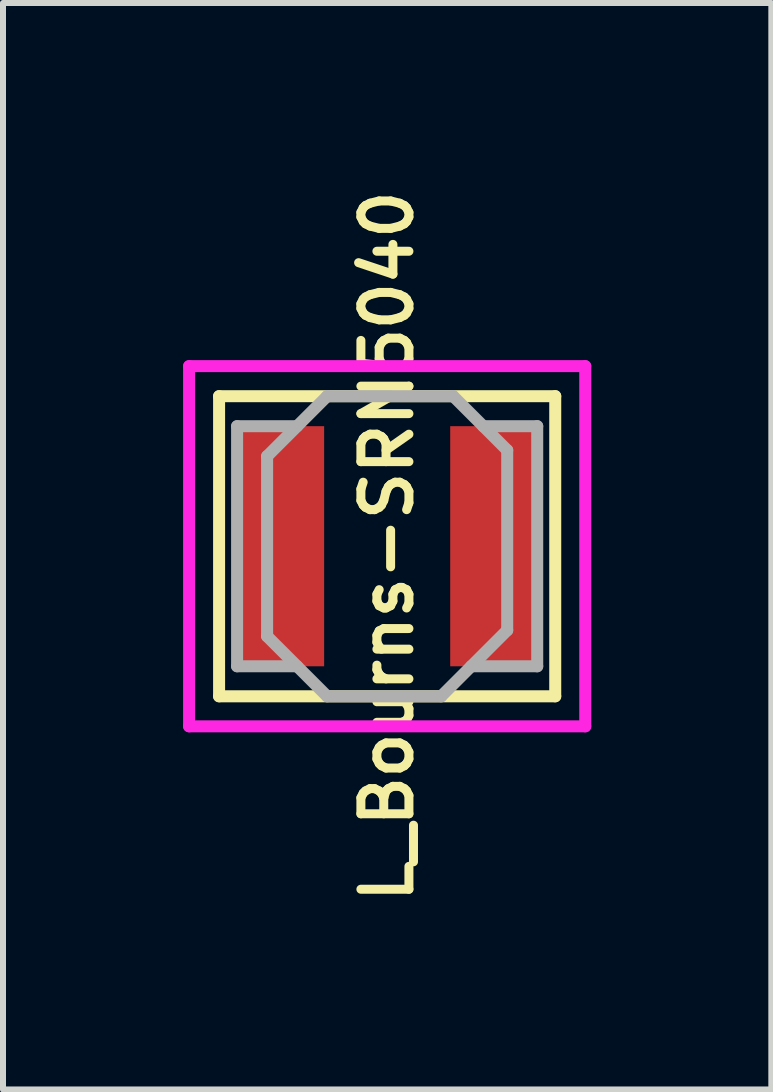
<source format=kicad_pcb>
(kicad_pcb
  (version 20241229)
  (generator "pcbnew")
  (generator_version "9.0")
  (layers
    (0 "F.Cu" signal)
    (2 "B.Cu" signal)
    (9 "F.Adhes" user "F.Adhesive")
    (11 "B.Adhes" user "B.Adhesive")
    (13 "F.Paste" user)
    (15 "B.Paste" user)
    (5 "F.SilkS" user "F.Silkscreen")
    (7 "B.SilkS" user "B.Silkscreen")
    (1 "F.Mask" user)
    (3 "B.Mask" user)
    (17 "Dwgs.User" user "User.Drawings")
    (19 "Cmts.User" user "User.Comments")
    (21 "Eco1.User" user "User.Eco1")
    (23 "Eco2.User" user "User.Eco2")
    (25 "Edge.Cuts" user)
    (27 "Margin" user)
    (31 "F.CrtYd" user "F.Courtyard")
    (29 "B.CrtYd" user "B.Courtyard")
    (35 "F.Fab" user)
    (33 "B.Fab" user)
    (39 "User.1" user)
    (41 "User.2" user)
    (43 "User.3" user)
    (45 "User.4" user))
  (footprint "L_Bourns-SRN5040"
    (layer "F.Cu")
    (at 3.4 6.05)
    (property "Reference" "L_Bourns-SRN5040" (at 0 0 90) (layer "F.SilkS") (effects (font (size 0.8 0.8) (thickness 0.15))))
    (attr smd)
    (fp_line (start -2.8 -2.5) (end 2.8 -2.5) (stroke (width 0.2) (type solid)) (layer "F.SilkS"))
    (fp_line (start -2.8 2.5) (end -2.8 -2.5) (stroke (width 0.2) (type solid)) (layer "F.SilkS"))
    (fp_line (start 2.8 -2.5) (end 2.8 2.5) (stroke (width 0.2) (type solid)) (layer "F.SilkS"))
    (fp_line (start 2.8 2.5) (end -2.8 2.5) (stroke (width 0.2) (type solid)) (layer "F.SilkS"))
    (fp_line (start -3.3 -3) (end 3.3 -3) (stroke (width 0.2) (type solid)) (layer "F.CrtYd"))
    (fp_line (start -3.3 3) (end -3.3 -3) (stroke (width 0.2) (type solid)) (layer "F.CrtYd"))
    (fp_line (start 3.3 -3) (end 3.3 3) (stroke (width 0.2) (type solid)) (layer "F.CrtYd"))
    (fp_line (start 3.3 3) (end -3.3 3) (stroke (width 0.2) (type solid)) (layer "F.CrtYd"))
    (fp_line (start -2.5 -2) (end -1.5 -2) (stroke (width 0.2) (type solid)) (layer "F.Fab"))
    (fp_line (start -2.5 2) (end -2.5 -2) (stroke (width 0.2) (type solid)) (layer "F.Fab"))
    (fp_line (start -2.5 2) (end -1.5 2) (stroke (width 0.2) (type solid)) (layer "F.Fab"))
    (fp_line (start -2 -1.5) (end -1 -2.5) (stroke (width 0.2) (type solid)) (layer "F.Fab"))
    (fp_line (start -2 1.5) (end -2 -1.5) (stroke (width 0.2) (type solid)) (layer "F.Fab"))
    (fp_line (start -2 1.5) (end -1 2.5) (stroke (width 0.2) (type solid)) (layer "F.Fab"))
    (fp_line (start -1 -2.5) (end 1.1 -2.5) (stroke (width 0.2) (type solid)) (layer "F.Fab"))
    (fp_line (start -1 2.5) (end 0.9 2.5) (stroke (width 0.2) (type solid)) (layer "F.Fab"))
    (fp_line (start 2 -1.6) (end 1.1 -2.5) (stroke (width 0.2) (type solid)) (layer "F.Fab"))
    (fp_line (start 2 1.4) (end 0.9 2.5) (stroke (width 0.2) (type solid)) (layer "F.Fab"))
    (fp_line (start 2 1.4) (end 2 -1.6) (stroke (width 0.2) (type solid)) (layer "F.Fab"))
    (fp_line (start 2.5 -2) (end 1.6 -2) (stroke (width 0.2) (type solid)) (layer "F.Fab"))
    (fp_line (start 2.5 -2) (end 2.5 2) (stroke (width 0.2) (type solid)) (layer "F.Fab"))
    (fp_line (start 2.5 2) (end 1.4 2) (stroke (width 0.2) (type solid)) (layer "F.Fab"))
    (pad "1" smd rect (at -1.8 0) (size 1.5 4) (layers "F.Cu" "F.Mask" "F.Paste"))
    (pad "2" smd rect (at 1.8 0) (size 1.5 4) (layers "F.Cu" "F.Mask" "F.Paste")))
  (gr_rect
    (start -3 -3)
    (end 9.8 15.1)
    (stroke (width 0.1) (type default))
    (fill no)
    (layer "Edge.Cuts")))
</source>
